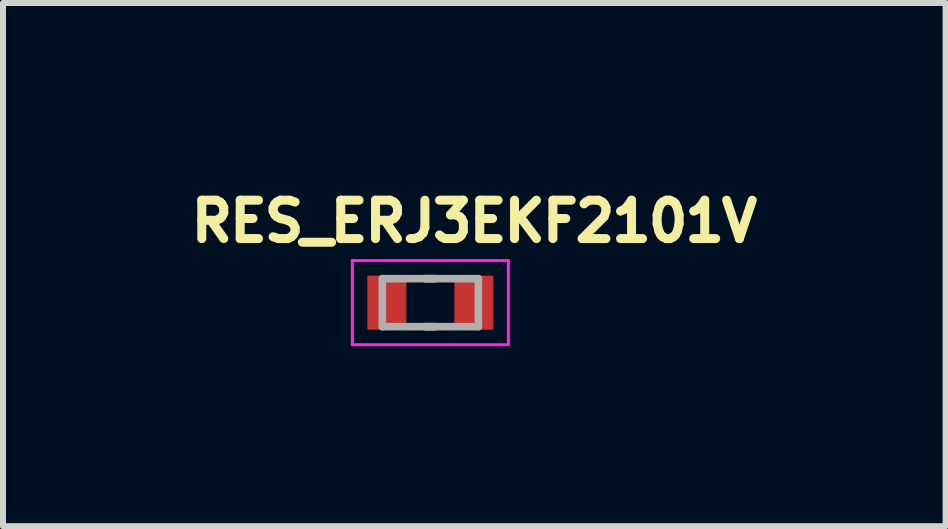
<source format=kicad_pcb>
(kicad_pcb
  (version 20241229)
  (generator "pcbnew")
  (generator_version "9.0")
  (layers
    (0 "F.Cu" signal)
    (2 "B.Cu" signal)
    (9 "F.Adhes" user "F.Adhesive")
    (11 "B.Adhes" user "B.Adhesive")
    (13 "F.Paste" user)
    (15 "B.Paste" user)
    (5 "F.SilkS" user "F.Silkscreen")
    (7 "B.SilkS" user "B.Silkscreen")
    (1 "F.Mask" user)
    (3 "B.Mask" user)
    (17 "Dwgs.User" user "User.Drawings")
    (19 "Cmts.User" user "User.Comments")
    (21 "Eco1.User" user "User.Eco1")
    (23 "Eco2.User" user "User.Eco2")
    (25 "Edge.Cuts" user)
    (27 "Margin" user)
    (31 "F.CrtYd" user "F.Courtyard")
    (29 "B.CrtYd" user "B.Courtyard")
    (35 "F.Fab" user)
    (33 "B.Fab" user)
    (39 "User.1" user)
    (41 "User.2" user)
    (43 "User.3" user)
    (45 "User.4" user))
  (footprint "RES_ERJ3EKF2101V"
    (layer "F.Cu")
    (at 4.122 1.994)
    (property "Reference" "RES_ERJ3EKF2101V" (at 0.732 -1.356 0) (layer "F.SilkS") (effects (font (size 0.64 0.64) (thickness 0.15))))
    (attr smd)
    (fp_line (start -0.08 -0.4) (end 0.08 -0.4) (stroke (width 0.127) (type solid)) (layer "F.SilkS"))
    (fp_line (start -0.08 0.4) (end 0.08 0.4) (stroke (width 0.127) (type solid)) (layer "F.SilkS"))
    (fp_line (start -1.3 -0.7) (end -1.3 0.7) (stroke (width 0.05) (type solid)) (layer "F.CrtYd"))
    (fp_line (start -1.3 0.7) (end 1.3 0.7) (stroke (width 0.05) (type solid)) (layer "F.CrtYd"))
    (fp_line (start 1.3 -0.7) (end -1.3 -0.7) (stroke (width 0.05) (type solid)) (layer "F.CrtYd"))
    (fp_line (start 1.3 0.7) (end 1.3 -0.7) (stroke (width 0.05) (type solid)) (layer "F.CrtYd"))
    (fp_line (start -0.8 -0.4) (end -0.8 0.4) (stroke (width 0.127) (type solid)) (layer "F.Fab"))
    (fp_line (start -0.8 -0.4) (end 0.8 -0.4) (stroke (width 0.127) (type solid)) (layer "F.Fab"))
    (fp_line (start -0.8 0.4) (end 0.8 0.4) (stroke (width 0.127) (type solid)) (layer "F.Fab"))
    (fp_line (start 0.8 -0.4) (end 0.8 0.4) (stroke (width 0.127) (type solid)) (layer "F.Fab"))
    (pad "1" smd rect (at -0.725 0) (size 0.65 0.9) (layers "F.Cu" "F.Mask" "F.Paste"))
    (pad "2" smd rect (at 0.725 0) (size 0.65 0.9) (layers "F.Cu" "F.Mask" "F.Paste")))
  (gr_rect
    (start -3 -3)
    (end 12.709 5.719)
    (stroke (width 0.1) (type default))
    (fill no)
    (layer "Edge.Cuts")))
</source>
